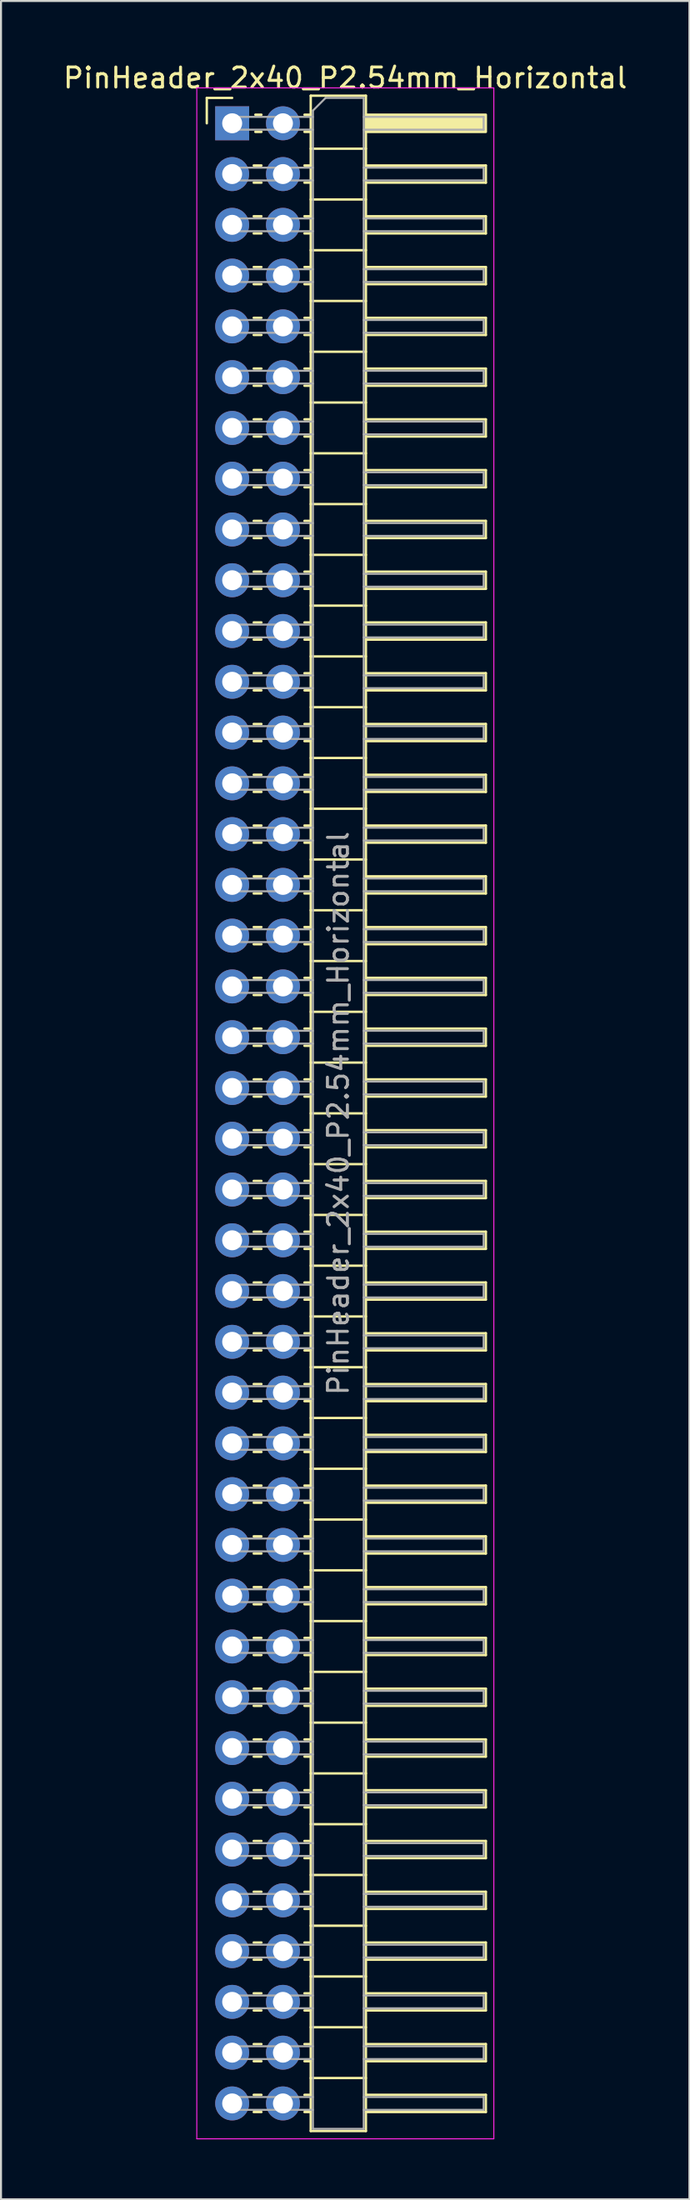
<source format=kicad_pcb>
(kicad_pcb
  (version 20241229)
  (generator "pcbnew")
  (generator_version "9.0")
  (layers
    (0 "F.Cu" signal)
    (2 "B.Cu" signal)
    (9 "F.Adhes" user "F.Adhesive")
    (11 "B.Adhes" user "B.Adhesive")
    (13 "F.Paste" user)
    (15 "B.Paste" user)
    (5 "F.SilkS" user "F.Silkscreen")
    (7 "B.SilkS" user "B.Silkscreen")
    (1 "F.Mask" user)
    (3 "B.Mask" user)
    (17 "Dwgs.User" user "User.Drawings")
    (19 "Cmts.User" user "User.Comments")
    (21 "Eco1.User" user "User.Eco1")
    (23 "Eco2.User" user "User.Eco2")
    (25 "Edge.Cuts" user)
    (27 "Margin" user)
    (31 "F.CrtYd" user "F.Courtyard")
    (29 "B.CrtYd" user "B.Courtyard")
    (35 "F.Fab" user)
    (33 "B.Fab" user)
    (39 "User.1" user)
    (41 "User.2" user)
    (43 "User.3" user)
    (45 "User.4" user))
  (footprint "PinHeader_2x40_P2.54mm_Horizontal"
    (layer "F.Cu")
    (at 8.565 3.118)
    (property "Reference" "PinHeader_2x40_P2.54mm_Horizontal" (at 5.655 -2.27 0) (layer "F.SilkS") (effects (font (size 1 1) (thickness 0.15))))
    (attr through_hole)
    (fp_line (start -1.27 -1.27) (end 0 -1.27) (stroke (width 0.12) (type solid)) (layer "F.SilkS"))
    (fp_line (start -1.27 0) (end -1.27 -1.27) (stroke (width 0.12) (type solid)) (layer "F.SilkS"))
    (fp_line (start 1.077 2.11) (end 1.463 2.11) (stroke (width 0.12) (type solid)) (layer "F.SilkS"))
    (fp_line (start 1.077 2.97) (end 1.463 2.97) (stroke (width 0.12) (type solid)) (layer "F.SilkS"))
    (fp_line (start 1.077 4.65) (end 1.463 4.65) (stroke (width 0.12) (type solid)) (layer "F.SilkS"))
    (fp_line (start 1.077 5.51) (end 1.463 5.51) (stroke (width 0.12) (type solid)) (layer "F.SilkS"))
    (fp_line (start 1.077 7.19) (end 1.463 7.19) (stroke (width 0.12) (type solid)) (layer "F.SilkS"))
    (fp_line (start 1.077 8.05) (end 1.463 8.05) (stroke (width 0.12) (type solid)) (layer "F.SilkS"))
    (fp_line (start 1.077 9.73) (end 1.463 9.73) (stroke (width 0.12) (type solid)) (layer "F.SilkS"))
    (fp_line (start 1.077 10.59) (end 1.463 10.59) (stroke (width 0.12) (type solid)) (layer "F.SilkS"))
    (fp_line (start 1.077 12.27) (end 1.463 12.27) (stroke (width 0.12) (type solid)) (layer "F.SilkS"))
    (fp_line (start 1.077 13.13) (end 1.463 13.13) (stroke (width 0.12) (type solid)) (layer "F.SilkS"))
    (fp_line (start 1.077 14.81) (end 1.463 14.81) (stroke (width 0.12) (type solid)) (layer "F.SilkS"))
    (fp_line (start 1.077 15.67) (end 1.463 15.67) (stroke (width 0.12) (type solid)) (layer "F.SilkS"))
    (fp_line (start 1.077 17.35) (end 1.463 17.35) (stroke (width 0.12) (type solid)) (layer "F.SilkS"))
    (fp_line (start 1.077 18.21) (end 1.463 18.21) (stroke (width 0.12) (type solid)) (layer "F.SilkS"))
    (fp_line (start 1.077 19.89) (end 1.463 19.89) (stroke (width 0.12) (type solid)) (layer "F.SilkS"))
    (fp_line (start 1.077 20.75) (end 1.463 20.75) (stroke (width 0.12) (type solid)) (layer "F.SilkS"))
    (fp_line (start 1.077 22.43) (end 1.463 22.43) (stroke (width 0.12) (type solid)) (layer "F.SilkS"))
    (fp_line (start 1.077 23.29) (end 1.463 23.29) (stroke (width 0.12) (type solid)) (layer "F.SilkS"))
    (fp_line (start 1.077 24.97) (end 1.463 24.97) (stroke (width 0.12) (type solid)) (layer "F.SilkS"))
    (fp_line (start 1.077 25.83) (end 1.463 25.83) (stroke (width 0.12) (type solid)) (layer "F.SilkS"))
    (fp_line (start 1.077 27.51) (end 1.463 27.51) (stroke (width 0.12) (type solid)) (layer "F.SilkS"))
    (fp_line (start 1.077 28.37) (end 1.463 28.37) (stroke (width 0.12) (type solid)) (layer "F.SilkS"))
    (fp_line (start 1.077 30.05) (end 1.463 30.05) (stroke (width 0.12) (type solid)) (layer "F.SilkS"))
    (fp_line (start 1.077 30.91) (end 1.463 30.91) (stroke (width 0.12) (type solid)) (layer "F.SilkS"))
    (fp_line (start 1.077 32.59) (end 1.463 32.59) (stroke (width 0.12) (type solid)) (layer "F.SilkS"))
    (fp_line (start 1.077 33.45) (end 1.463 33.45) (stroke (width 0.12) (type solid)) (layer "F.SilkS"))
    (fp_line (start 1.077 35.13) (end 1.463 35.13) (stroke (width 0.12) (type solid)) (layer "F.SilkS"))
    (fp_line (start 1.077 35.99) (end 1.463 35.99) (stroke (width 0.12) (type solid)) (layer "F.SilkS"))
    (fp_line (start 1.077 37.67) (end 1.463 37.67) (stroke (width 0.12) (type solid)) (layer "F.SilkS"))
    (fp_line (start 1.077 38.53) (end 1.463 38.53) (stroke (width 0.12) (type solid)) (layer "F.SilkS"))
    (fp_line (start 1.077 40.21) (end 1.463 40.21) (stroke (width 0.12) (type solid)) (layer "F.SilkS"))
    (fp_line (start 1.077 41.07) (end 1.463 41.07) (stroke (width 0.12) (type solid)) (layer "F.SilkS"))
    (fp_line (start 1.077 42.75) (end 1.463 42.75) (stroke (width 0.12) (type solid)) (layer "F.SilkS"))
    (fp_line (start 1.077 43.61) (end 1.463 43.61) (stroke (width 0.12) (type solid)) (layer "F.SilkS"))
    (fp_line (start 1.077 45.29) (end 1.463 45.29) (stroke (width 0.12) (type solid)) (layer "F.SilkS"))
    (fp_line (start 1.077 46.15) (end 1.463 46.15) (stroke (width 0.12) (type solid)) (layer "F.SilkS"))
    (fp_line (start 1.077 47.83) (end 1.463 47.83) (stroke (width 0.12) (type solid)) (layer "F.SilkS"))
    (fp_line (start 1.077 48.69) (end 1.463 48.69) (stroke (width 0.12) (type solid)) (layer "F.SilkS"))
    (fp_line (start 1.077 50.37) (end 1.463 50.37) (stroke (width 0.12) (type solid)) (layer "F.SilkS"))
    (fp_line (start 1.077 51.23) (end 1.463 51.23) (stroke (width 0.12) (type solid)) (layer "F.SilkS"))
    (fp_line (start 1.077 52.91) (end 1.463 52.91) (stroke (width 0.12) (type solid)) (layer "F.SilkS"))
    (fp_line (start 1.077 53.77) (end 1.463 53.77) (stroke (width 0.12) (type solid)) (layer "F.SilkS"))
    (fp_line (start 1.077 55.45) (end 1.463 55.45) (stroke (width 0.12) (type solid)) (layer "F.SilkS"))
    (fp_line (start 1.077 56.31) (end 1.463 56.31) (stroke (width 0.12) (type solid)) (layer "F.SilkS"))
    (fp_line (start 1.077 57.99) (end 1.463 57.99) (stroke (width 0.12) (type solid)) (layer "F.SilkS"))
    (fp_line (start 1.077 58.85) (end 1.463 58.85) (stroke (width 0.12) (type solid)) (layer "F.SilkS"))
    (fp_line (start 1.077 60.53) (end 1.463 60.53) (stroke (width 0.12) (type solid)) (layer "F.SilkS"))
    (fp_line (start 1.077 61.39) (end 1.463 61.39) (stroke (width 0.12) (type solid)) (layer "F.SilkS"))
    (fp_line (start 1.077 63.07) (end 1.463 63.07) (stroke (width 0.12) (type solid)) (layer "F.SilkS"))
    (fp_line (start 1.077 63.93) (end 1.463 63.93) (stroke (width 0.12) (type solid)) (layer "F.SilkS"))
    (fp_line (start 1.077 65.61) (end 1.463 65.61) (stroke (width 0.12) (type solid)) (layer "F.SilkS"))
    (fp_line (start 1.077 66.47) (end 1.463 66.47) (stroke (width 0.12) (type solid)) (layer "F.SilkS"))
    (fp_line (start 1.077 68.15) (end 1.463 68.15) (stroke (width 0.12) (type solid)) (layer "F.SilkS"))
    (fp_line (start 1.077 69.01) (end 1.463 69.01) (stroke (width 0.12) (type solid)) (layer "F.SilkS"))
    (fp_line (start 1.077 70.69) (end 1.463 70.69) (stroke (width 0.12) (type solid)) (layer "F.SilkS"))
    (fp_line (start 1.077 71.55) (end 1.463 71.55) (stroke (width 0.12) (type solid)) (layer "F.SilkS"))
    (fp_line (start 1.077 73.23) (end 1.463 73.23) (stroke (width 0.12) (type solid)) (layer "F.SilkS"))
    (fp_line (start 1.077 74.09) (end 1.463 74.09) (stroke (width 0.12) (type solid)) (layer "F.SilkS"))
    (fp_line (start 1.077 75.77) (end 1.463 75.77) (stroke (width 0.12) (type solid)) (layer "F.SilkS"))
    (fp_line (start 1.077 76.63) (end 1.463 76.63) (stroke (width 0.12) (type solid)) (layer "F.SilkS"))
    (fp_line (start 1.077 78.31) (end 1.463 78.31) (stroke (width 0.12) (type solid)) (layer "F.SilkS"))
    (fp_line (start 1.077 79.17) (end 1.463 79.17) (stroke (width 0.12) (type solid)) (layer "F.SilkS"))
    (fp_line (start 1.077 80.85) (end 1.463 80.85) (stroke (width 0.12) (type solid)) (layer "F.SilkS"))
    (fp_line (start 1.077 81.71) (end 1.463 81.71) (stroke (width 0.12) (type solid)) (layer "F.SilkS"))
    (fp_line (start 1.077 83.39) (end 1.463 83.39) (stroke (width 0.12) (type solid)) (layer "F.SilkS"))
    (fp_line (start 1.077 84.25) (end 1.463 84.25) (stroke (width 0.12) (type solid)) (layer "F.SilkS"))
    (fp_line (start 1.077 85.93) (end 1.463 85.93) (stroke (width 0.12) (type solid)) (layer "F.SilkS"))
    (fp_line (start 1.077 86.79) (end 1.463 86.79) (stroke (width 0.12) (type solid)) (layer "F.SilkS"))
    (fp_line (start 1.077 88.47) (end 1.463 88.47) (stroke (width 0.12) (type solid)) (layer "F.SilkS"))
    (fp_line (start 1.077 89.33) (end 1.463 89.33) (stroke (width 0.12) (type solid)) (layer "F.SilkS"))
    (fp_line (start 1.077 91.01) (end 1.463 91.01) (stroke (width 0.12) (type solid)) (layer "F.SilkS"))
    (fp_line (start 1.077 91.87) (end 1.463 91.87) (stroke (width 0.12) (type solid)) (layer "F.SilkS"))
    (fp_line (start 1.077 93.55) (end 1.463 93.55) (stroke (width 0.12) (type solid)) (layer "F.SilkS"))
    (fp_line (start 1.077 94.41) (end 1.463 94.41) (stroke (width 0.12) (type solid)) (layer "F.SilkS"))
    (fp_line (start 1.077 96.09) (end 1.463 96.09) (stroke (width 0.12) (type solid)) (layer "F.SilkS"))
    (fp_line (start 1.077 96.95) (end 1.463 96.95) (stroke (width 0.12) (type solid)) (layer "F.SilkS"))
    (fp_line (start 1.077 98.63) (end 1.463 98.63) (stroke (width 0.12) (type solid)) (layer "F.SilkS"))
    (fp_line (start 1.077 99.49) (end 1.463 99.49) (stroke (width 0.12) (type solid)) (layer "F.SilkS"))
    (fp_line (start 1.16 -0.43) (end 1.463 -0.43) (stroke (width 0.12) (type solid)) (layer "F.SilkS"))
    (fp_line (start 1.16 0.43) (end 1.463 0.43) (stroke (width 0.12) (type solid)) (layer "F.SilkS"))
    (fp_line (start 3.617 -0.43) (end 3.93 -0.43) (stroke (width 0.12) (type solid)) (layer "F.SilkS"))
    (fp_line (start 3.617 0.43) (end 3.93 0.43) (stroke (width 0.12) (type solid)) (layer "F.SilkS"))
    (fp_line (start 3.617 2.11) (end 3.93 2.11) (stroke (width 0.12) (type solid)) (layer "F.SilkS"))
    (fp_line (start 3.617 2.97) (end 3.93 2.97) (stroke (width 0.12) (type solid)) (layer "F.SilkS"))
    (fp_line (start 3.617 4.65) (end 3.93 4.65) (stroke (width 0.12) (type solid)) (layer "F.SilkS"))
    (fp_line (start 3.617 5.51) (end 3.93 5.51) (stroke (width 0.12) (type solid)) (layer "F.SilkS"))
    (fp_line (start 3.617 7.19) (end 3.93 7.19) (stroke (width 0.12) (type solid)) (layer "F.SilkS"))
    (fp_line (start 3.617 8.05) (end 3.93 8.05) (stroke (width 0.12) (type solid)) (layer "F.SilkS"))
    (fp_line (start 3.617 9.73) (end 3.93 9.73) (stroke (width 0.12) (type solid)) (layer "F.SilkS"))
    (fp_line (start 3.617 10.59) (end 3.93 10.59) (stroke (width 0.12) (type solid)) (layer "F.SilkS"))
    (fp_line (start 3.617 12.27) (end 3.93 12.27) (stroke (width 0.12) (type solid)) (layer "F.SilkS"))
    (fp_line (start 3.617 13.13) (end 3.93 13.13) (stroke (width 0.12) (type solid)) (layer "F.SilkS"))
    (fp_line (start 3.617 14.81) (end 3.93 14.81) (stroke (width 0.12) (type solid)) (layer "F.SilkS"))
    (fp_line (start 3.617 15.67) (end 3.93 15.67) (stroke (width 0.12) (type solid)) (layer "F.SilkS"))
    (fp_line (start 3.617 17.35) (end 3.93 17.35) (stroke (width 0.12) (type solid)) (layer "F.SilkS"))
    (fp_line (start 3.617 18.21) (end 3.93 18.21) (stroke (width 0.12) (type solid)) (layer "F.SilkS"))
    (fp_line (start 3.617 19.89) (end 3.93 19.89) (stroke (width 0.12) (type solid)) (layer "F.SilkS"))
    (fp_line (start 3.617 20.75) (end 3.93 20.75) (stroke (width 0.12) (type solid)) (layer "F.SilkS"))
    (fp_line (start 3.617 22.43) (end 3.93 22.43) (stroke (width 0.12) (type solid)) (layer "F.SilkS"))
    (fp_line (start 3.617 23.29) (end 3.93 23.29) (stroke (width 0.12) (type solid)) (layer "F.SilkS"))
    (fp_line (start 3.617 24.97) (end 3.93 24.97) (stroke (width 0.12) (type solid)) (layer "F.SilkS"))
    (fp_line (start 3.617 25.83) (end 3.93 25.83) (stroke (width 0.12) (type solid)) (layer "F.SilkS"))
    (fp_line (start 3.617 27.51) (end 3.93 27.51) (stroke (width 0.12) (type solid)) (layer "F.SilkS"))
    (fp_line (start 3.617 28.37) (end 3.93 28.37) (stroke (width 0.12) (type solid)) (layer "F.SilkS"))
    (fp_line (start 3.617 30.05) (end 3.93 30.05) (stroke (width 0.12) (type solid)) (layer "F.SilkS"))
    (fp_line (start 3.617 30.91) (end 3.93 30.91) (stroke (width 0.12) (type solid)) (layer "F.SilkS"))
    (fp_line (start 3.617 32.59) (end 3.93 32.59) (stroke (width 0.12) (type solid)) (layer "F.SilkS"))
    (fp_line (start 3.617 33.45) (end 3.93 33.45) (stroke (width 0.12) (type solid)) (layer "F.SilkS"))
    (fp_line (start 3.617 35.13) (end 3.93 35.13) (stroke (width 0.12) (type solid)) (layer "F.SilkS"))
    (fp_line (start 3.617 35.99) (end 3.93 35.99) (stroke (width 0.12) (type solid)) (layer "F.SilkS"))
    (fp_line (start 3.617 37.67) (end 3.93 37.67) (stroke (width 0.12) (type solid)) (layer "F.SilkS"))
    (fp_line (start 3.617 38.53) (end 3.93 38.53) (stroke (width 0.12) (type solid)) (layer "F.SilkS"))
    (fp_line (start 3.617 40.21) (end 3.93 40.21) (stroke (width 0.12) (type solid)) (layer "F.SilkS"))
    (fp_line (start 3.617 41.07) (end 3.93 41.07) (stroke (width 0.12) (type solid)) (layer "F.SilkS"))
    (fp_line (start 3.617 42.75) (end 3.93 42.75) (stroke (width 0.12) (type solid)) (layer "F.SilkS"))
    (fp_line (start 3.617 43.61) (end 3.93 43.61) (stroke (width 0.12) (type solid)) (layer "F.SilkS"))
    (fp_line (start 3.617 45.29) (end 3.93 45.29) (stroke (width 0.12) (type solid)) (layer "F.SilkS"))
    (fp_line (start 3.617 46.15) (end 3.93 46.15) (stroke (width 0.12) (type solid)) (layer "F.SilkS"))
    (fp_line (start 3.617 47.83) (end 3.93 47.83) (stroke (width 0.12) (type solid)) (layer "F.SilkS"))
    (fp_line (start 3.617 48.69) (end 3.93 48.69) (stroke (width 0.12) (type solid)) (layer "F.SilkS"))
    (fp_line (start 3.617 50.37) (end 3.93 50.37) (stroke (width 0.12) (type solid)) (layer "F.SilkS"))
    (fp_line (start 3.617 51.23) (end 3.93 51.23) (stroke (width 0.12) (type solid)) (layer "F.SilkS"))
    (fp_line (start 3.617 52.91) (end 3.93 52.91) (stroke (width 0.12) (type solid)) (layer "F.SilkS"))
    (fp_line (start 3.617 53.77) (end 3.93 53.77) (stroke (width 0.12) (type solid)) (layer "F.SilkS"))
    (fp_line (start 3.617 55.45) (end 3.93 55.45) (stroke (width 0.12) (type solid)) (layer "F.SilkS"))
    (fp_line (start 3.617 56.31) (end 3.93 56.31) (stroke (width 0.12) (type solid)) (layer "F.SilkS"))
    (fp_line (start 3.617 57.99) (end 3.93 57.99) (stroke (width 0.12) (type solid)) (layer "F.SilkS"))
    (fp_line (start 3.617 58.85) (end 3.93 58.85) (stroke (width 0.12) (type solid)) (layer "F.SilkS"))
    (fp_line (start 3.617 60.53) (end 3.93 60.53) (stroke (width 0.12) (type solid)) (layer "F.SilkS"))
    (fp_line (start 3.617 61.39) (end 3.93 61.39) (stroke (width 0.12) (type solid)) (layer "F.SilkS"))
    (fp_line (start 3.617 63.07) (end 3.93 63.07) (stroke (width 0.12) (type solid)) (layer "F.SilkS"))
    (fp_line (start 3.617 63.93) (end 3.93 63.93) (stroke (width 0.12) (type solid)) (layer "F.SilkS"))
    (fp_line (start 3.617 65.61) (end 3.93 65.61) (stroke (width 0.12) (type solid)) (layer "F.SilkS"))
    (fp_line (start 3.617 66.47) (end 3.93 66.47) (stroke (width 0.12) (type solid)) (layer "F.SilkS"))
    (fp_line (start 3.617 68.15) (end 3.93 68.15) (stroke (width 0.12) (type solid)) (layer "F.SilkS"))
    (fp_line (start 3.617 69.01) (end 3.93 69.01) (stroke (width 0.12) (type solid)) (layer "F.SilkS"))
    (fp_line (start 3.617 70.69) (end 3.93 70.69) (stroke (width 0.12) (type solid)) (layer "F.SilkS"))
    (fp_line (start 3.617 71.55) (end 3.93 71.55) (stroke (width 0.12) (type solid)) (layer "F.SilkS"))
    (fp_line (start 3.617 73.23) (end 3.93 73.23) (stroke (width 0.12) (type solid)) (layer "F.SilkS"))
    (fp_line (start 3.617 74.09) (end 3.93 74.09) (stroke (width 0.12) (type solid)) (layer "F.SilkS"))
    (fp_line (start 3.617 75.77) (end 3.93 75.77) (stroke (width 0.12) (type solid)) (layer "F.SilkS"))
    (fp_line (start 3.617 76.63) (end 3.93 76.63) (stroke (width 0.12) (type solid)) (layer "F.SilkS"))
    (fp_line (start 3.617 78.31) (end 3.93 78.31) (stroke (width 0.12) (type solid)) (layer "F.SilkS"))
    (fp_line (start 3.617 79.17) (end 3.93 79.17) (stroke (width 0.12) (type solid)) (layer "F.SilkS"))
    (fp_line (start 3.617 80.85) (end 3.93 80.85) (stroke (width 0.12) (type solid)) (layer "F.SilkS"))
    (fp_line (start 3.617 81.71) (end 3.93 81.71) (stroke (width 0.12) (type solid)) (layer "F.SilkS"))
    (fp_line (start 3.617 83.39) (end 3.93 83.39) (stroke (width 0.12) (type solid)) (layer "F.SilkS"))
    (fp_line (start 3.617 84.25) (end 3.93 84.25) (stroke (width 0.12) (type solid)) (layer "F.SilkS"))
    (fp_line (start 3.617 85.93) (end 3.93 85.93) (stroke (width 0.12) (type solid)) (layer "F.SilkS"))
    (fp_line (start 3.617 86.79) (end 3.93 86.79) (stroke (width 0.12) (type solid)) (layer "F.SilkS"))
    (fp_line (start 3.617 88.47) (end 3.93 88.47) (stroke (width 0.12) (type solid)) (layer "F.SilkS"))
    (fp_line (start 3.617 89.33) (end 3.93 89.33) (stroke (width 0.12) (type solid)) (layer "F.SilkS"))
    (fp_line (start 3.617 91.01) (end 3.93 91.01) (stroke (width 0.12) (type solid)) (layer "F.SilkS"))
    (fp_line (start 3.617 91.87) (end 3.93 91.87) (stroke (width 0.12) (type solid)) (layer "F.SilkS"))
    (fp_line (start 3.617 93.55) (end 3.93 93.55) (stroke (width 0.12) (type solid)) (layer "F.SilkS"))
    (fp_line (start 3.617 94.41) (end 3.93 94.41) (stroke (width 0.12) (type solid)) (layer "F.SilkS"))
    (fp_line (start 3.617 96.09) (end 3.93 96.09) (stroke (width 0.12) (type solid)) (layer "F.SilkS"))
    (fp_line (start 3.617 96.95) (end 3.93 96.95) (stroke (width 0.12) (type solid)) (layer "F.SilkS"))
    (fp_line (start 3.617 98.63) (end 3.93 98.63) (stroke (width 0.12) (type solid)) (layer "F.SilkS"))
    (fp_line (start 3.617 99.49) (end 3.93 99.49) (stroke (width 0.12) (type solid)) (layer "F.SilkS"))
    (fp_line (start 3.93 -1.38) (end 3.93 100.44) (stroke (width 0.12) (type solid)) (layer "F.SilkS"))
    (fp_line (start 3.93 1.27) (end 6.69 1.27) (stroke (width 0.12) (type solid)) (layer "F.SilkS"))
    (fp_line (start 3.93 3.81) (end 6.69 3.81) (stroke (width 0.12) (type solid)) (layer "F.SilkS"))
    (fp_line (start 3.93 6.35) (end 6.69 6.35) (stroke (width 0.12) (type solid)) (layer "F.SilkS"))
    (fp_line (start 3.93 8.89) (end 6.69 8.89) (stroke (width 0.12) (type solid)) (layer "F.SilkS"))
    (fp_line (start 3.93 11.43) (end 6.69 11.43) (stroke (width 0.12) (type solid)) (layer "F.SilkS"))
    (fp_line (start 3.93 13.97) (end 6.69 13.97) (stroke (width 0.12) (type solid)) (layer "F.SilkS"))
    (fp_line (start 3.93 16.51) (end 6.69 16.51) (stroke (width 0.12) (type solid)) (layer "F.SilkS"))
    (fp_line (start 3.93 19.05) (end 6.69 19.05) (stroke (width 0.12) (type solid)) (layer "F.SilkS"))
    (fp_line (start 3.93 21.59) (end 6.69 21.59) (stroke (width 0.12) (type solid)) (layer "F.SilkS"))
    (fp_line (start 3.93 24.13) (end 6.69 24.13) (stroke (width 0.12) (type solid)) (layer "F.SilkS"))
    (fp_line (start 3.93 26.67) (end 6.69 26.67) (stroke (width 0.12) (type solid)) (layer "F.SilkS"))
    (fp_line (start 3.93 29.21) (end 6.69 29.21) (stroke (width 0.12) (type solid)) (layer "F.SilkS"))
    (fp_line (start 3.93 31.75) (end 6.69 31.75) (stroke (width 0.12) (type solid)) (layer "F.SilkS"))
    (fp_line (start 3.93 34.29) (end 6.69 34.29) (stroke (width 0.12) (type solid)) (layer "F.SilkS"))
    (fp_line (start 3.93 36.83) (end 6.69 36.83) (stroke (width 0.12) (type solid)) (layer "F.SilkS"))
    (fp_line (start 3.93 39.37) (end 6.69 39.37) (stroke (width 0.12) (type solid)) (layer "F.SilkS"))
    (fp_line (start 3.93 41.91) (end 6.69 41.91) (stroke (width 0.12) (type solid)) (layer "F.SilkS"))
    (fp_line (start 3.93 44.45) (end 6.69 44.45) (stroke (width 0.12) (type solid)) (layer "F.SilkS"))
    (fp_line (start 3.93 46.99) (end 6.69 46.99) (stroke (width 0.12) (type solid)) (layer "F.SilkS"))
    (fp_line (start 3.93 49.53) (end 6.69 49.53) (stroke (width 0.12) (type solid)) (layer "F.SilkS"))
    (fp_line (start 3.93 52.07) (end 6.69 52.07) (stroke (width 0.12) (type solid)) (layer "F.SilkS"))
    (fp_line (start 3.93 54.61) (end 6.69 54.61) (stroke (width 0.12) (type solid)) (layer "F.SilkS"))
    (fp_line (start 3.93 57.15) (end 6.69 57.15) (stroke (width 0.12) (type solid)) (layer "F.SilkS"))
    (fp_line (start 3.93 59.69) (end 6.69 59.69) (stroke (width 0.12) (type solid)) (layer "F.SilkS"))
    (fp_line (start 3.93 62.23) (end 6.69 62.23) (stroke (width 0.12) (type solid)) (layer "F.SilkS"))
    (fp_line (start 3.93 64.77) (end 6.69 64.77) (stroke (width 0.12) (type solid)) (layer "F.SilkS"))
    (fp_line (start 3.93 67.31) (end 6.69 67.31) (stroke (width 0.12) (type solid)) (layer "F.SilkS"))
    (fp_line (start 3.93 69.85) (end 6.69 69.85) (stroke (width 0.12) (type solid)) (layer "F.SilkS"))
    (fp_line (start 3.93 72.39) (end 6.69 72.39) (stroke (width 0.12) (type solid)) (layer "F.SilkS"))
    (fp_line (start 3.93 74.93) (end 6.69 74.93) (stroke (width 0.12) (type solid)) (layer "F.SilkS"))
    (fp_line (start 3.93 77.47) (end 6.69 77.47) (stroke (width 0.12) (type solid)) (layer "F.SilkS"))
    (fp_line (start 3.93 80.01) (end 6.69 80.01) (stroke (width 0.12) (type solid)) (layer "F.SilkS"))
    (fp_line (start 3.93 82.55) (end 6.69 82.55) (stroke (width 0.12) (type solid)) (layer "F.SilkS"))
    (fp_line (start 3.93 85.09) (end 6.69 85.09) (stroke (width 0.12) (type solid)) (layer "F.SilkS"))
    (fp_line (start 3.93 87.63) (end 6.69 87.63) (stroke (width 0.12) (type solid)) (layer "F.SilkS"))
    (fp_line (start 3.93 90.17) (end 6.69 90.17) (stroke (width 0.12) (type solid)) (layer "F.SilkS"))
    (fp_line (start 3.93 92.71) (end 6.69 92.71) (stroke (width 0.12) (type solid)) (layer "F.SilkS"))
    (fp_line (start 3.93 95.25) (end 6.69 95.25) (stroke (width 0.12) (type solid)) (layer "F.SilkS"))
    (fp_line (start 3.93 97.79) (end 6.69 97.79) (stroke (width 0.12) (type solid)) (layer "F.SilkS"))
    (fp_line (start 3.93 100.44) (end 6.69 100.44) (stroke (width 0.12) (type solid)) (layer "F.SilkS"))
    (fp_line (start 6.69 -1.38) (end 3.93 -1.38) (stroke (width 0.12) (type solid)) (layer "F.SilkS"))
    (fp_line (start 6.69 2.11) (end 12.69 2.11) (stroke (width 0.12) (type solid)) (layer "F.SilkS"))
    (fp_line (start 6.69 4.65) (end 12.69 4.65) (stroke (width 0.12) (type solid)) (layer "F.SilkS"))
    (fp_line (start 6.69 7.19) (end 12.69 7.19) (stroke (width 0.12) (type solid)) (layer "F.SilkS"))
    (fp_line (start 6.69 9.73) (end 12.69 9.73) (stroke (width 0.12) (type solid)) (layer "F.SilkS"))
    (fp_line (start 6.69 12.27) (end 12.69 12.27) (stroke (width 0.12) (type solid)) (layer "F.SilkS"))
    (fp_line (start 6.69 14.81) (end 12.69 14.81) (stroke (width 0.12) (type solid)) (layer "F.SilkS"))
    (fp_line (start 6.69 17.35) (end 12.69 17.35) (stroke (width 0.12) (type solid)) (layer "F.SilkS"))
    (fp_line (start 6.69 19.89) (end 12.69 19.89) (stroke (width 0.12) (type solid)) (layer "F.SilkS"))
    (fp_line (start 6.69 22.43) (end 12.69 22.43) (stroke (width 0.12) (type solid)) (layer "F.SilkS"))
    (fp_line (start 6.69 24.97) (end 12.69 24.97) (stroke (width 0.12) (type solid)) (layer "F.SilkS"))
    (fp_line (start 6.69 27.51) (end 12.69 27.51) (stroke (width 0.12) (type solid)) (layer "F.SilkS"))
    (fp_line (start 6.69 30.05) (end 12.69 30.05) (stroke (width 0.12) (type solid)) (layer "F.SilkS"))
    (fp_line (start 6.69 32.59) (end 12.69 32.59) (stroke (width 0.12) (type solid)) (layer "F.SilkS"))
    (fp_line (start 6.69 35.13) (end 12.69 35.13) (stroke (width 0.12) (type solid)) (layer "F.SilkS"))
    (fp_line (start 6.69 37.67) (end 12.69 37.67) (stroke (width 0.12) (type solid)) (layer "F.SilkS"))
    (fp_line (start 6.69 40.21) (end 12.69 40.21) (stroke (width 0.12) (type solid)) (layer "F.SilkS"))
    (fp_line (start 6.69 42.75) (end 12.69 42.75) (stroke (width 0.12) (type solid)) (layer "F.SilkS"))
    (fp_line (start 6.69 45.29) (end 12.69 45.29) (stroke (width 0.12) (type solid)) (layer "F.SilkS"))
    (fp_line (start 6.69 47.83) (end 12.69 47.83) (stroke (width 0.12) (type solid)) (layer "F.SilkS"))
    (fp_line (start 6.69 50.37) (end 12.69 50.37) (stroke (width 0.12) (type solid)) (layer "F.SilkS"))
    (fp_line (start 6.69 52.91) (end 12.69 52.91) (stroke (width 0.12) (type solid)) (layer "F.SilkS"))
    (fp_line (start 6.69 55.45) (end 12.69 55.45) (stroke (width 0.12) (type solid)) (layer "F.SilkS"))
    (fp_line (start 6.69 57.99) (end 12.69 57.99) (stroke (width 0.12) (type solid)) (layer "F.SilkS"))
    (fp_line (start 6.69 60.53) (end 12.69 60.53) (stroke (width 0.12) (type solid)) (layer "F.SilkS"))
    (fp_line (start 6.69 63.07) (end 12.69 63.07) (stroke (width 0.12) (type solid)) (layer "F.SilkS"))
    (fp_line (start 6.69 65.61) (end 12.69 65.61) (stroke (width 0.12) (type solid)) (layer "F.SilkS"))
    (fp_line (start 6.69 68.15) (end 12.69 68.15) (stroke (width 0.12) (type solid)) (layer "F.SilkS"))
    (fp_line (start 6.69 70.69) (end 12.69 70.69) (stroke (width 0.12) (type solid)) (layer "F.SilkS"))
    (fp_line (start 6.69 73.23) (end 12.69 73.23) (stroke (width 0.12) (type solid)) (layer "F.SilkS"))
    (fp_line (start 6.69 75.77) (end 12.69 75.77) (stroke (width 0.12) (type solid)) (layer "F.SilkS"))
    (fp_line (start 6.69 78.31) (end 12.69 78.31) (stroke (width 0.12) (type solid)) (layer "F.SilkS"))
    (fp_line (start 6.69 80.85) (end 12.69 80.85) (stroke (width 0.12) (type solid)) (layer "F.SilkS"))
    (fp_line (start 6.69 83.39) (end 12.69 83.39) (stroke (width 0.12) (type solid)) (layer "F.SilkS"))
    (fp_line (start 6.69 85.93) (end 12.69 85.93) (stroke (width 0.12) (type solid)) (layer "F.SilkS"))
    (fp_line (start 6.69 88.47) (end 12.69 88.47) (stroke (width 0.12) (type solid)) (layer "F.SilkS"))
    (fp_line (start 6.69 91.01) (end 12.69 91.01) (stroke (width 0.12) (type solid)) (layer "F.SilkS"))
    (fp_line (start 6.69 93.55) (end 12.69 93.55) (stroke (width 0.12) (type solid)) (layer "F.SilkS"))
    (fp_line (start 6.69 96.09) (end 12.69 96.09) (stroke (width 0.12) (type solid)) (layer "F.SilkS"))
    (fp_line (start 6.69 98.63) (end 12.69 98.63) (stroke (width 0.12) (type solid)) (layer "F.SilkS"))
    (fp_line (start 6.69 100.44) (end 6.69 -1.38) (stroke (width 0.12) (type solid)) (layer "F.SilkS"))
    (fp_line (start 12.69 2.11) (end 12.69 2.97) (stroke (width 0.12) (type solid)) (layer "F.SilkS"))
    (fp_line (start 12.69 2.97) (end 6.69 2.97) (stroke (width 0.12) (type solid)) (layer "F.SilkS"))
    (fp_line (start 12.69 4.65) (end 12.69 5.51) (stroke (width 0.12) (type solid)) (layer "F.SilkS"))
    (fp_line (start 12.69 5.51) (end 6.69 5.51) (stroke (width 0.12) (type solid)) (layer "F.SilkS"))
    (fp_line (start 12.69 7.19) (end 12.69 8.05) (stroke (width 0.12) (type solid)) (layer "F.SilkS"))
    (fp_line (start 12.69 8.05) (end 6.69 8.05) (stroke (width 0.12) (type solid)) (layer "F.SilkS"))
    (fp_line (start 12.69 9.73) (end 12.69 10.59) (stroke (width 0.12) (type solid)) (layer "F.SilkS"))
    (fp_line (start 12.69 10.59) (end 6.69 10.59) (stroke (width 0.12) (type solid)) (layer "F.SilkS"))
    (fp_line (start 12.69 12.27) (end 12.69 13.13) (stroke (width 0.12) (type solid)) (layer "F.SilkS"))
    (fp_line (start 12.69 13.13) (end 6.69 13.13) (stroke (width 0.12) (type solid)) (layer "F.SilkS"))
    (fp_line (start 12.69 14.81) (end 12.69 15.67) (stroke (width 0.12) (type solid)) (layer "F.SilkS"))
    (fp_line (start 12.69 15.67) (end 6.69 15.67) (stroke (width 0.12) (type solid)) (layer "F.SilkS"))
    (fp_line (start 12.69 17.35) (end 12.69 18.21) (stroke (width 0.12) (type solid)) (layer "F.SilkS"))
    (fp_line (start 12.69 18.21) (end 6.69 18.21) (stroke (width 0.12) (type solid)) (layer "F.SilkS"))
    (fp_line (start 12.69 19.89) (end 12.69 20.75) (stroke (width 0.12) (type solid)) (layer "F.SilkS"))
    (fp_line (start 12.69 20.75) (end 6.69 20.75) (stroke (width 0.12) (type solid)) (layer "F.SilkS"))
    (fp_line (start 12.69 22.43) (end 12.69 23.29) (stroke (width 0.12) (type solid)) (layer "F.SilkS"))
    (fp_line (start 12.69 23.29) (end 6.69 23.29) (stroke (width 0.12) (type solid)) (layer "F.SilkS"))
    (fp_line (start 12.69 24.97) (end 12.69 25.83) (stroke (width 0.12) (type solid)) (layer "F.SilkS"))
    (fp_line (start 12.69 25.83) (end 6.69 25.83) (stroke (width 0.12) (type solid)) (layer "F.SilkS"))
    (fp_line (start 12.69 27.51) (end 12.69 28.37) (stroke (width 0.12) (type solid)) (layer "F.SilkS"))
    (fp_line (start 12.69 28.37) (end 6.69 28.37) (stroke (width 0.12) (type solid)) (layer "F.SilkS"))
    (fp_line (start 12.69 30.05) (end 12.69 30.91) (stroke (width 0.12) (type solid)) (layer "F.SilkS"))
    (fp_line (start 12.69 30.91) (end 6.69 30.91) (stroke (width 0.12) (type solid)) (layer "F.SilkS"))
    (fp_line (start 12.69 32.59) (end 12.69 33.45) (stroke (width 0.12) (type solid)) (layer "F.SilkS"))
    (fp_line (start 12.69 33.45) (end 6.69 33.45) (stroke (width 0.12) (type solid)) (layer "F.SilkS"))
    (fp_line (start 12.69 35.13) (end 12.69 35.99) (stroke (width 0.12) (type solid)) (layer "F.SilkS"))
    (fp_line (start 12.69 35.99) (end 6.69 35.99) (stroke (width 0.12) (type solid)) (layer "F.SilkS"))
    (fp_line (start 12.69 37.67) (end 12.69 38.53) (stroke (width 0.12) (type solid)) (layer "F.SilkS"))
    (fp_line (start 12.69 38.53) (end 6.69 38.53) (stroke (width 0.12) (type solid)) (layer "F.SilkS"))
    (fp_line (start 12.69 40.21) (end 12.69 41.07) (stroke (width 0.12) (type solid)) (layer "F.SilkS"))
    (fp_line (start 12.69 41.07) (end 6.69 41.07) (stroke (width 0.12) (type solid)) (layer "F.SilkS"))
    (fp_line (start 12.69 42.75) (end 12.69 43.61) (stroke (width 0.12) (type solid)) (layer "F.SilkS"))
    (fp_line (start 12.69 43.61) (end 6.69 43.61) (stroke (width 0.12) (type solid)) (layer "F.SilkS"))
    (fp_line (start 12.69 45.29) (end 12.69 46.15) (stroke (width 0.12) (type solid)) (layer "F.SilkS"))
    (fp_line (start 12.69 46.15) (end 6.69 46.15) (stroke (width 0.12) (type solid)) (layer "F.SilkS"))
    (fp_line (start 12.69 47.83) (end 12.69 48.69) (stroke (width 0.12) (type solid)) (layer "F.SilkS"))
    (fp_line (start 12.69 48.69) (end 6.69 48.69) (stroke (width 0.12) (type solid)) (layer "F.SilkS"))
    (fp_line (start 12.69 50.37) (end 12.69 51.23) (stroke (width 0.12) (type solid)) (layer "F.SilkS"))
    (fp_line (start 12.69 51.23) (end 6.69 51.23) (stroke (width 0.12) (type solid)) (layer "F.SilkS"))
    (fp_line (start 12.69 52.91) (end 12.69 53.77) (stroke (width 0.12) (type solid)) (layer "F.SilkS"))
    (fp_line (start 12.69 53.77) (end 6.69 53.77) (stroke (width 0.12) (type solid)) (layer "F.SilkS"))
    (fp_line (start 12.69 55.45) (end 12.69 56.31) (stroke (width 0.12) (type solid)) (layer "F.SilkS"))
    (fp_line (start 12.69 56.31) (end 6.69 56.31) (stroke (width 0.12) (type solid)) (layer "F.SilkS"))
    (fp_line (start 12.69 57.99) (end 12.69 58.85) (stroke (width 0.12) (type solid)) (layer "F.SilkS"))
    (fp_line (start 12.69 58.85) (end 6.69 58.85) (stroke (width 0.12) (type solid)) (layer "F.SilkS"))
    (fp_line (start 12.69 60.53) (end 12.69 61.39) (stroke (width 0.12) (type solid)) (layer "F.SilkS"))
    (fp_line (start 12.69 61.39) (end 6.69 61.39) (stroke (width 0.12) (type solid)) (layer "F.SilkS"))
    (fp_line (start 12.69 63.07) (end 12.69 63.93) (stroke (width 0.12) (type solid)) (layer "F.SilkS"))
    (fp_line (start 12.69 63.93) (end 6.69 63.93) (stroke (width 0.12) (type solid)) (layer "F.SilkS"))
    (fp_line (start 12.69 65.61) (end 12.69 66.47) (stroke (width 0.12) (type solid)) (layer "F.SilkS"))
    (fp_line (start 12.69 66.47) (end 6.69 66.47) (stroke (width 0.12) (type solid)) (layer "F.SilkS"))
    (fp_line (start 12.69 68.15) (end 12.69 69.01) (stroke (width 0.12) (type solid)) (layer "F.SilkS"))
    (fp_line (start 12.69 69.01) (end 6.69 69.01) (stroke (width 0.12) (type solid)) (layer "F.SilkS"))
    (fp_line (start 12.69 70.69) (end 12.69 71.55) (stroke (width 0.12) (type solid)) (layer "F.SilkS"))
    (fp_line (start 12.69 71.55) (end 6.69 71.55) (stroke (width 0.12) (type solid)) (layer "F.SilkS"))
    (fp_line (start 12.69 73.23) (end 12.69 74.09) (stroke (width 0.12) (type solid)) (layer "F.SilkS"))
    (fp_line (start 12.69 74.09) (end 6.69 74.09) (stroke (width 0.12) (type solid)) (layer "F.SilkS"))
    (fp_line (start 12.69 75.77) (end 12.69 76.63) (stroke (width 0.12) (type solid)) (layer "F.SilkS"))
    (fp_line (start 12.69 76.63) (end 6.69 76.63) (stroke (width 0.12) (type solid)) (layer "F.SilkS"))
    (fp_line (start 12.69 78.31) (end 12.69 79.17) (stroke (width 0.12) (type solid)) (layer "F.SilkS"))
    (fp_line (start 12.69 79.17) (end 6.69 79.17) (stroke (width 0.12) (type solid)) (layer "F.SilkS"))
    (fp_line (start 12.69 80.85) (end 12.69 81.71) (stroke (width 0.12) (type solid)) (layer "F.SilkS"))
    (fp_line (start 12.69 81.71) (end 6.69 81.71) (stroke (width 0.12) (type solid)) (layer "F.SilkS"))
    (fp_line (start 12.69 83.39) (end 12.69 84.25) (stroke (width 0.12) (type solid)) (layer "F.SilkS"))
    (fp_line (start 12.69 84.25) (end 6.69 84.25) (stroke (width 0.12) (type solid)) (layer "F.SilkS"))
    (fp_line (start 12.69 85.93) (end 12.69 86.79) (stroke (width 0.12) (type solid)) (layer "F.SilkS"))
    (fp_line (start 12.69 86.79) (end 6.69 86.79) (stroke (width 0.12) (type solid)) (layer "F.SilkS"))
    (fp_line (start 12.69 88.47) (end 12.69 89.33) (stroke (width 0.12) (type solid)) (layer "F.SilkS"))
    (fp_line (start 12.69 89.33) (end 6.69 89.33) (stroke (width 0.12) (type solid)) (layer "F.SilkS"))
    (fp_line (start 12.69 91.01) (end 12.69 91.87) (stroke (width 0.12) (type solid)) (layer "F.SilkS"))
    (fp_line (start 12.69 91.87) (end 6.69 91.87) (stroke (width 0.12) (type solid)) (layer "F.SilkS"))
    (fp_line (start 12.69 93.55) (end 12.69 94.41) (stroke (width 0.12) (type solid)) (layer "F.SilkS"))
    (fp_line (start 12.69 94.41) (end 6.69 94.41) (stroke (width 0.12) (type solid)) (layer "F.SilkS"))
    (fp_line (start 12.69 96.09) (end 12.69 96.95) (stroke (width 0.12) (type solid)) (layer "F.SilkS"))
    (fp_line (start 12.69 96.95) (end 6.69 96.95) (stroke (width 0.12) (type solid)) (layer "F.SilkS"))
    (fp_line (start 12.69 98.63) (end 12.69 99.49) (stroke (width 0.12) (type solid)) (layer "F.SilkS"))
    (fp_line (start 12.69 99.49) (end 6.69 99.49) (stroke (width 0.12) (type solid)) (layer "F.SilkS"))
    (fp_rect (start 6.69 -0.43) (end 12.69 0.43) (stroke (width 0.12) (type solid)) (fill yes) (layer "F.SilkS"))
    (fp_line (start -1.77 -1.77) (end -1.77 100.83) (stroke (width 0.05) (type solid)) (layer "F.CrtYd"))
    (fp_line (start -1.77 100.83) (end 13.09 100.83) (stroke (width 0.05) (type solid)) (layer "F.CrtYd"))
    (fp_line (start 13.09 -1.77) (end -1.77 -1.77) (stroke (width 0.05) (type solid)) (layer "F.CrtYd"))
    (fp_line (start 13.09 100.83) (end 13.09 -1.77) (stroke (width 0.05) (type solid)) (layer "F.CrtYd"))
    (fp_line (start -0.32 -0.32) (end -0.32 0.32) (stroke (width 0.1) (type solid)) (layer "F.Fab"))
    (fp_line (start -0.32 -0.32) (end 4.04 -0.32) (stroke (width 0.1) (type solid)) (layer "F.Fab"))
    (fp_line (start -0.32 0.32) (end 4.04 0.32) (stroke (width 0.1) (type solid)) (layer "F.Fab"))
    (fp_line (start -0.32 2.22) (end -0.32 2.86) (stroke (width 0.1) (type solid)) (layer "F.Fab"))
    (fp_line (start -0.32 2.22) (end 4.04 2.22) (stroke (width 0.1) (type solid)) (layer "F.Fab"))
    (fp_line (start -0.32 2.86) (end 4.04 2.86) (stroke (width 0.1) (type solid)) (layer "F.Fab"))
    (fp_line (start -0.32 4.76) (end -0.32 5.4) (stroke (width 0.1) (type solid)) (layer "F.Fab"))
    (fp_line (start -0.32 4.76) (end 4.04 4.76) (stroke (width 0.1) (type solid)) (layer "F.Fab"))
    (fp_line (start -0.32 5.4) (end 4.04 5.4) (stroke (width 0.1) (type solid)) (layer "F.Fab"))
    (fp_line (start -0.32 7.3) (end -0.32 7.94) (stroke (width 0.1) (type solid)) (layer "F.Fab"))
    (fp_line (start -0.32 7.3) (end 4.04 7.3) (stroke (width 0.1) (type solid)) (layer "F.Fab"))
    (fp_line (start -0.32 7.94) (end 4.04 7.94) (stroke (width 0.1) (type solid)) (layer "F.Fab"))
    (fp_line (start -0.32 9.84) (end -0.32 10.48) (stroke (width 0.1) (type solid)) (layer "F.Fab"))
    (fp_line (start -0.32 9.84) (end 4.04 9.84) (stroke (width 0.1) (type solid)) (layer "F.Fab"))
    (fp_line (start -0.32 10.48) (end 4.04 10.48) (stroke (width 0.1) (type solid)) (layer "F.Fab"))
    (fp_line (start -0.32 12.38) (end -0.32 13.02) (stroke (width 0.1) (type solid)) (layer "F.Fab"))
    (fp_line (start -0.32 12.38) (end 4.04 12.38) (stroke (width 0.1) (type solid)) (layer "F.Fab"))
    (fp_line (start -0.32 13.02) (end 4.04 13.02) (stroke (width 0.1) (type solid)) (layer "F.Fab"))
    (fp_line (start -0.32 14.92) (end -0.32 15.56) (stroke (width 0.1) (type solid)) (layer "F.Fab"))
    (fp_line (start -0.32 14.92) (end 4.04 14.92) (stroke (width 0.1) (type solid)) (layer "F.Fab"))
    (fp_line (start -0.32 15.56) (end 4.04 15.56) (stroke (width 0.1) (type solid)) (layer "F.Fab"))
    (fp_line (start -0.32 17.46) (end -0.32 18.1) (stroke (width 0.1) (type solid)) (layer "F.Fab"))
    (fp_line (start -0.32 17.46) (end 4.04 17.46) (stroke (width 0.1) (type solid)) (layer "F.Fab"))
    (fp_line (start -0.32 18.1) (end 4.04 18.1) (stroke (width 0.1) (type solid)) (layer "F.Fab"))
    (fp_line (start -0.32 20) (end -0.32 20.64) (stroke (width 0.1) (type solid)) (layer "F.Fab"))
    (fp_line (start -0.32 20) (end 4.04 20) (stroke (width 0.1) (type solid)) (layer "F.Fab"))
    (fp_line (start -0.32 20.64) (end 4.04 20.64) (stroke (width 0.1) (type solid)) (layer "F.Fab"))
    (fp_line (start -0.32 22.54) (end -0.32 23.18) (stroke (width 0.1) (type solid)) (layer "F.Fab"))
    (fp_line (start -0.32 22.54) (end 4.04 22.54) (stroke (width 0.1) (type solid)) (layer "F.Fab"))
    (fp_line (start -0.32 23.18) (end 4.04 23.18) (stroke (width 0.1) (type solid)) (layer "F.Fab"))
    (fp_line (start -0.32 25.08) (end -0.32 25.72) (stroke (width 0.1) (type solid)) (layer "F.Fab"))
    (fp_line (start -0.32 25.08) (end 4.04 25.08) (stroke (width 0.1) (type solid)) (layer "F.Fab"))
    (fp_line (start -0.32 25.72) (end 4.04 25.72) (stroke (width 0.1) (type solid)) (layer "F.Fab"))
    (fp_line (start -0.32 27.62) (end -0.32 28.26) (stroke (width 0.1) (type solid)) (layer "F.Fab"))
    (fp_line (start -0.32 27.62) (end 4.04 27.62) (stroke (width 0.1) (type solid)) (layer "F.Fab"))
    (fp_line (start -0.32 28.26) (end 4.04 28.26) (stroke (width 0.1) (type solid)) (layer "F.Fab"))
    (fp_line (start -0.32 30.16) (end -0.32 30.8) (stroke (width 0.1) (type solid)) (layer "F.Fab"))
    (fp_line (start -0.32 30.16) (end 4.04 30.16) (stroke (width 0.1) (type solid)) (layer "F.Fab"))
    (fp_line (start -0.32 30.8) (end 4.04 30.8) (stroke (width 0.1) (type solid)) (layer "F.Fab"))
    (fp_line (start -0.32 32.7) (end -0.32 33.34) (stroke (width 0.1) (type solid)) (layer "F.Fab"))
    (fp_line (start -0.32 32.7) (end 4.04 32.7) (stroke (width 0.1) (type solid)) (layer "F.Fab"))
    (fp_line (start -0.32 33.34) (end 4.04 33.34) (stroke (width 0.1) (type solid)) (layer "F.Fab"))
    (fp_line (start -0.32 35.24) (end -0.32 35.88) (stroke (width 0.1) (type solid)) (layer "F.Fab"))
    (fp_line (start -0.32 35.24) (end 4.04 35.24) (stroke (width 0.1) (type solid)) (layer "F.Fab"))
    (fp_line (start -0.32 35.88) (end 4.04 35.88) (stroke (width 0.1) (type solid)) (layer "F.Fab"))
    (fp_line (start -0.32 37.78) (end -0.32 38.42) (stroke (width 0.1) (type solid)) (layer "F.Fab"))
    (fp_line (start -0.32 37.78) (end 4.04 37.78) (stroke (width 0.1) (type solid)) (layer "F.Fab"))
    (fp_line (start -0.32 38.42) (end 4.04 38.42) (stroke (width 0.1) (type solid)) (layer "F.Fab"))
    (fp_line (start -0.32 40.32) (end -0.32 40.96) (stroke (width 0.1) (type solid)) (layer "F.Fab"))
    (fp_line (start -0.32 40.32) (end 4.04 40.32) (stroke (width 0.1) (type solid)) (layer "F.Fab"))
    (fp_line (start -0.32 40.96) (end 4.04 40.96) (stroke (width 0.1) (type solid)) (layer "F.Fab"))
    (fp_line (start -0.32 42.86) (end -0.32 43.5) (stroke (width 0.1) (type solid)) (layer "F.Fab"))
    (fp_line (start -0.32 42.86) (end 4.04 42.86) (stroke (width 0.1) (type solid)) (layer "F.Fab"))
    (fp_line (start -0.32 43.5) (end 4.04 43.5) (stroke (width 0.1) (type solid)) (layer "F.Fab"))
    (fp_line (start -0.32 45.4) (end -0.32 46.04) (stroke (width 0.1) (type solid)) (layer "F.Fab"))
    (fp_line (start -0.32 45.4) (end 4.04 45.4) (stroke (width 0.1) (type solid)) (layer "F.Fab"))
    (fp_line (start -0.32 46.04) (end 4.04 46.04) (stroke (width 0.1) (type solid)) (layer "F.Fab"))
    (fp_line (start -0.32 47.94) (end -0.32 48.58) (stroke (width 0.1) (type solid)) (layer "F.Fab"))
    (fp_line (start -0.32 47.94) (end 4.04 47.94) (stroke (width 0.1) (type solid)) (layer "F.Fab"))
    (fp_line (start -0.32 48.58) (end 4.04 48.58) (stroke (width 0.1) (type solid)) (layer "F.Fab"))
    (fp_line (start -0.32 50.48) (end -0.32 51.12) (stroke (width 0.1) (type solid)) (layer "F.Fab"))
    (fp_line (start -0.32 50.48) (end 4.04 50.48) (stroke (width 0.1) (type solid)) (layer "F.Fab"))
    (fp_line (start -0.32 51.12) (end 4.04 51.12) (stroke (width 0.1) (type solid)) (layer "F.Fab"))
    (fp_line (start -0.32 53.02) (end -0.32 53.66) (stroke (width 0.1) (type solid)) (layer "F.Fab"))
    (fp_line (start -0.32 53.02) (end 4.04 53.02) (stroke (width 0.1) (type solid)) (layer "F.Fab"))
    (fp_line (start -0.32 53.66) (end 4.04 53.66) (stroke (width 0.1) (type solid)) (layer "F.Fab"))
    (fp_line (start -0.32 55.56) (end -0.32 56.2) (stroke (width 0.1) (type solid)) (layer "F.Fab"))
    (fp_line (start -0.32 55.56) (end 4.04 55.56) (stroke (width 0.1) (type solid)) (layer "F.Fab"))
    (fp_line (start -0.32 56.2) (end 4.04 56.2) (stroke (width 0.1) (type solid)) (layer "F.Fab"))
    (fp_line (start -0.32 58.1) (end -0.32 58.74) (stroke (width 0.1) (type solid)) (layer "F.Fab"))
    (fp_line (start -0.32 58.1) (end 4.04 58.1) (stroke (width 0.1) (type solid)) (layer "F.Fab"))
    (fp_line (start -0.32 58.74) (end 4.04 58.74) (stroke (width 0.1) (type solid)) (layer "F.Fab"))
    (fp_line (start -0.32 60.64) (end -0.32 61.28) (stroke (width 0.1) (type solid)) (layer "F.Fab"))
    (fp_line (start -0.32 60.64) (end 4.04 60.64) (stroke (width 0.1) (type solid)) (layer "F.Fab"))
    (fp_line (start -0.32 61.28) (end 4.04 61.28) (stroke (width 0.1) (type solid)) (layer "F.Fab"))
    (fp_line (start -0.32 63.18) (end -0.32 63.82) (stroke (width 0.1) (type solid)) (layer "F.Fab"))
    (fp_line (start -0.32 63.18) (end 4.04 63.18) (stroke (width 0.1) (type solid)) (layer "F.Fab"))
    (fp_line (start -0.32 63.82) (end 4.04 63.82) (stroke (width 0.1) (type solid)) (layer "F.Fab"))
    (fp_line (start -0.32 65.72) (end -0.32 66.36) (stroke (width 0.1) (type solid)) (layer "F.Fab"))
    (fp_line (start -0.32 65.72) (end 4.04 65.72) (stroke (width 0.1) (type solid)) (layer "F.Fab"))
    (fp_line (start -0.32 66.36) (end 4.04 66.36) (stroke (width 0.1) (type solid)) (layer "F.Fab"))
    (fp_line (start -0.32 68.26) (end -0.32 68.9) (stroke (width 0.1) (type solid)) (layer "F.Fab"))
    (fp_line (start -0.32 68.26) (end 4.04 68.26) (stroke (width 0.1) (type solid)) (layer "F.Fab"))
    (fp_line (start -0.32 68.9) (end 4.04 68.9) (stroke (width 0.1) (type solid)) (layer "F.Fab"))
    (fp_line (start -0.32 70.8) (end -0.32 71.44) (stroke (width 0.1) (type solid)) (layer "F.Fab"))
    (fp_line (start -0.32 70.8) (end 4.04 70.8) (stroke (width 0.1) (type solid)) (layer "F.Fab"))
    (fp_line (start -0.32 71.44) (end 4.04 71.44) (stroke (width 0.1) (type solid)) (layer "F.Fab"))
    (fp_line (start -0.32 73.34) (end -0.32 73.98) (stroke (width 0.1) (type solid)) (layer "F.Fab"))
    (fp_line (start -0.32 73.34) (end 4.04 73.34) (stroke (width 0.1) (type solid)) (layer "F.Fab"))
    (fp_line (start -0.32 73.98) (end 4.04 73.98) (stroke (width 0.1) (type solid)) (layer "F.Fab"))
    (fp_line (start -0.32 75.88) (end -0.32 76.52) (stroke (width 0.1) (type solid)) (layer "F.Fab"))
    (fp_line (start -0.32 75.88) (end 4.04 75.88) (stroke (width 0.1) (type solid)) (layer "F.Fab"))
    (fp_line (start -0.32 76.52) (end 4.04 76.52) (stroke (width 0.1) (type solid)) (layer "F.Fab"))
    (fp_line (start -0.32 78.42) (end -0.32 79.06) (stroke (width 0.1) (type solid)) (layer "F.Fab"))
    (fp_line (start -0.32 78.42) (end 4.04 78.42) (stroke (width 0.1) (type solid)) (layer "F.Fab"))
    (fp_line (start -0.32 79.06) (end 4.04 79.06) (stroke (width 0.1) (type solid)) (layer "F.Fab"))
    (fp_line (start -0.32 80.96) (end -0.32 81.6) (stroke (width 0.1) (type solid)) (layer "F.Fab"))
    (fp_line (start -0.32 80.96) (end 4.04 80.96) (stroke (width 0.1) (type solid)) (layer "F.Fab"))
    (fp_line (start -0.32 81.6) (end 4.04 81.6) (stroke (width 0.1) (type solid)) (layer "F.Fab"))
    (fp_line (start -0.32 83.5) (end -0.32 84.14) (stroke (width 0.1) (type solid)) (layer "F.Fab"))
    (fp_line (start -0.32 83.5) (end 4.04 83.5) (stroke (width 0.1) (type solid)) (layer "F.Fab"))
    (fp_line (start -0.32 84.14) (end 4.04 84.14) (stroke (width 0.1) (type solid)) (layer "F.Fab"))
    (fp_line (start -0.32 86.04) (end -0.32 86.68) (stroke (width 0.1) (type solid)) (layer "F.Fab"))
    (fp_line (start -0.32 86.04) (end 4.04 86.04) (stroke (width 0.1) (type solid)) (layer "F.Fab"))
    (fp_line (start -0.32 86.68) (end 4.04 86.68) (stroke (width 0.1) (type solid)) (layer "F.Fab"))
    (fp_line (start -0.32 88.58) (end -0.32 89.22) (stroke (width 0.1) (type solid)) (layer "F.Fab"))
    (fp_line (start -0.32 88.58) (end 4.04 88.58) (stroke (width 0.1) (type solid)) (layer "F.Fab"))
    (fp_line (start -0.32 89.22) (end 4.04 89.22) (stroke (width 0.1) (type solid)) (layer "F.Fab"))
    (fp_line (start -0.32 91.12) (end -0.32 91.76) (stroke (width 0.1) (type solid)) (layer "F.Fab"))
    (fp_line (start -0.32 91.12) (end 4.04 91.12) (stroke (width 0.1) (type solid)) (layer "F.Fab"))
    (fp_line (start -0.32 91.76) (end 4.04 91.76) (stroke (width 0.1) (type solid)) (layer "F.Fab"))
    (fp_line (start -0.32 93.66) (end -0.32 94.3) (stroke (width 0.1) (type solid)) (layer "F.Fab"))
    (fp_line (start -0.32 93.66) (end 4.04 93.66) (stroke (width 0.1) (type solid)) (layer "F.Fab"))
    (fp_line (start -0.32 94.3) (end 4.04 94.3) (stroke (width 0.1) (type solid)) (layer "F.Fab"))
    (fp_line (start -0.32 96.2) (end -0.32 96.84) (stroke (width 0.1) (type solid)) (layer "F.Fab"))
    (fp_line (start -0.32 96.2) (end 4.04 96.2) (stroke (width 0.1) (type solid)) (layer "F.Fab"))
    (fp_line (start -0.32 96.84) (end 4.04 96.84) (stroke (width 0.1) (type solid)) (layer "F.Fab"))
    (fp_line (start -0.32 98.74) (end -0.32 99.38) (stroke (width 0.1) (type solid)) (layer "F.Fab"))
    (fp_line (start -0.32 98.74) (end 4.04 98.74) (stroke (width 0.1) (type solid)) (layer "F.Fab"))
    (fp_line (start -0.32 99.38) (end 4.04 99.38) (stroke (width 0.1) (type solid)) (layer "F.Fab"))
    (fp_line (start 4.04 -0.635) (end 4.675 -1.27) (stroke (width 0.1) (type solid)) (layer "F.Fab"))
    (fp_line (start 4.04 100.33) (end 4.04 -0.635) (stroke (width 0.1) (type solid)) (layer "F.Fab"))
    (fp_line (start 4.675 -1.27) (end 6.58 -1.27) (stroke (width 0.1) (type solid)) (layer "F.Fab"))
    (fp_line (start 6.58 -1.27) (end 6.58 100.33) (stroke (width 0.1) (type solid)) (layer "F.Fab"))
    (fp_line (start 6.58 -0.32) (end 12.58 -0.32) (stroke (width 0.1) (type solid)) (layer "F.Fab"))
    (fp_line (start 6.58 0.32) (end 12.58 0.32) (stroke (width 0.1) (type solid)) (layer "F.Fab"))
    (fp_line (start 6.58 2.22) (end 12.58 2.22) (stroke (width 0.1) (type solid)) (layer "F.Fab"))
    (fp_line (start 6.58 2.86) (end 12.58 2.86) (stroke (width 0.1) (type solid)) (layer "F.Fab"))
    (fp_line (start 6.58 4.76) (end 12.58 4.76) (stroke (width 0.1) (type solid)) (layer "F.Fab"))
    (fp_line (start 6.58 5.4) (end 12.58 5.4) (stroke (width 0.1) (type solid)) (layer "F.Fab"))
    (fp_line (start 6.58 7.3) (end 12.58 7.3) (stroke (width 0.1) (type solid)) (layer "F.Fab"))
    (fp_line (start 6.58 7.94) (end 12.58 7.94) (stroke (width 0.1) (type solid)) (layer "F.Fab"))
    (fp_line (start 6.58 9.84) (end 12.58 9.84) (stroke (width 0.1) (type solid)) (layer "F.Fab"))
    (fp_line (start 6.58 10.48) (end 12.58 10.48) (stroke (width 0.1) (type solid)) (layer "F.Fab"))
    (fp_line (start 6.58 12.38) (end 12.58 12.38) (stroke (width 0.1) (type solid)) (layer "F.Fab"))
    (fp_line (start 6.58 13.02) (end 12.58 13.02) (stroke (width 0.1) (type solid)) (layer "F.Fab"))
    (fp_line (start 6.58 14.92) (end 12.58 14.92) (stroke (width 0.1) (type solid)) (layer "F.Fab"))
    (fp_line (start 6.58 15.56) (end 12.58 15.56) (stroke (width 0.1) (type solid)) (layer "F.Fab"))
    (fp_line (start 6.58 17.46) (end 12.58 17.46) (stroke (width 0.1) (type solid)) (layer "F.Fab"))
    (fp_line (start 6.58 18.1) (end 12.58 18.1) (stroke (width 0.1) (type solid)) (layer "F.Fab"))
    (fp_line (start 6.58 20) (end 12.58 20) (stroke (width 0.1) (type solid)) (layer "F.Fab"))
    (fp_line (start 6.58 20.64) (end 12.58 20.64) (stroke (width 0.1) (type solid)) (layer "F.Fab"))
    (fp_line (start 6.58 22.54) (end 12.58 22.54) (stroke (width 0.1) (type solid)) (layer "F.Fab"))
    (fp_line (start 6.58 23.18) (end 12.58 23.18) (stroke (width 0.1) (type solid)) (layer "F.Fab"))
    (fp_line (start 6.58 25.08) (end 12.58 25.08) (stroke (width 0.1) (type solid)) (layer "F.Fab"))
    (fp_line (start 6.58 25.72) (end 12.58 25.72) (stroke (width 0.1) (type solid)) (layer "F.Fab"))
    (fp_line (start 6.58 27.62) (end 12.58 27.62) (stroke (width 0.1) (type solid)) (layer "F.Fab"))
    (fp_line (start 6.58 28.26) (end 12.58 28.26) (stroke (width 0.1) (type solid)) (layer "F.Fab"))
    (fp_line (start 6.58 30.16) (end 12.58 30.16) (stroke (width 0.1) (type solid)) (layer "F.Fab"))
    (fp_line (start 6.58 30.8) (end 12.58 30.8) (stroke (width 0.1) (type solid)) (layer "F.Fab"))
    (fp_line (start 6.58 32.7) (end 12.58 32.7) (stroke (width 0.1) (type solid)) (layer "F.Fab"))
    (fp_line (start 6.58 33.34) (end 12.58 33.34) (stroke (width 0.1) (type solid)) (layer "F.Fab"))
    (fp_line (start 6.58 35.24) (end 12.58 35.24) (stroke (width 0.1) (type solid)) (layer "F.Fab"))
    (fp_line (start 6.58 35.88) (end 12.58 35.88) (stroke (width 0.1) (type solid)) (layer "F.Fab"))
    (fp_line (start 6.58 37.78) (end 12.58 37.78) (stroke (width 0.1) (type solid)) (layer "F.Fab"))
    (fp_line (start 6.58 38.42) (end 12.58 38.42) (stroke (width 0.1) (type solid)) (layer "F.Fab"))
    (fp_line (start 6.58 40.32) (end 12.58 40.32) (stroke (width 0.1) (type solid)) (layer "F.Fab"))
    (fp_line (start 6.58 40.96) (end 12.58 40.96) (stroke (width 0.1) (type solid)) (layer "F.Fab"))
    (fp_line (start 6.58 42.86) (end 12.58 42.86) (stroke (width 0.1) (type solid)) (layer "F.Fab"))
    (fp_line (start 6.58 43.5) (end 12.58 43.5) (stroke (width 0.1) (type solid)) (layer "F.Fab"))
    (fp_line (start 6.58 45.4) (end 12.58 45.4) (stroke (width 0.1) (type solid)) (layer "F.Fab"))
    (fp_line (start 6.58 46.04) (end 12.58 46.04) (stroke (width 0.1) (type solid)) (layer "F.Fab"))
    (fp_line (start 6.58 47.94) (end 12.58 47.94) (stroke (width 0.1) (type solid)) (layer "F.Fab"))
    (fp_line (start 6.58 48.58) (end 12.58 48.58) (stroke (width 0.1) (type solid)) (layer "F.Fab"))
    (fp_line (start 6.58 50.48) (end 12.58 50.48) (stroke (width 0.1) (type solid)) (layer "F.Fab"))
    (fp_line (start 6.58 51.12) (end 12.58 51.12) (stroke (width 0.1) (type solid)) (layer "F.Fab"))
    (fp_line (start 6.58 53.02) (end 12.58 53.02) (stroke (width 0.1) (type solid)) (layer "F.Fab"))
    (fp_line (start 6.58 53.66) (end 12.58 53.66) (stroke (width 0.1) (type solid)) (layer "F.Fab"))
    (fp_line (start 6.58 55.56) (end 12.58 55.56) (stroke (width 0.1) (type solid)) (layer "F.Fab"))
    (fp_line (start 6.58 56.2) (end 12.58 56.2) (stroke (width 0.1) (type solid)) (layer "F.Fab"))
    (fp_line (start 6.58 58.1) (end 12.58 58.1) (stroke (width 0.1) (type solid)) (layer "F.Fab"))
    (fp_line (start 6.58 58.74) (end 12.58 58.74) (stroke (width 0.1) (type solid)) (layer "F.Fab"))
    (fp_line (start 6.58 60.64) (end 12.58 60.64) (stroke (width 0.1) (type solid)) (layer "F.Fab"))
    (fp_line (start 6.58 61.28) (end 12.58 61.28) (stroke (width 0.1) (type solid)) (layer "F.Fab"))
    (fp_line (start 6.58 63.18) (end 12.58 63.18) (stroke (width 0.1) (type solid)) (layer "F.Fab"))
    (fp_line (start 6.58 63.82) (end 12.58 63.82) (stroke (width 0.1) (type solid)) (layer "F.Fab"))
    (fp_line (start 6.58 65.72) (end 12.58 65.72) (stroke (width 0.1) (type solid)) (layer "F.Fab"))
    (fp_line (start 6.58 66.36) (end 12.58 66.36) (stroke (width 0.1) (type solid)) (layer "F.Fab"))
    (fp_line (start 6.58 68.26) (end 12.58 68.26) (stroke (width 0.1) (type solid)) (layer "F.Fab"))
    (fp_line (start 6.58 68.9) (end 12.58 68.9) (stroke (width 0.1) (type solid)) (layer "F.Fab"))
    (fp_line (start 6.58 70.8) (end 12.58 70.8) (stroke (width 0.1) (type solid)) (layer "F.Fab"))
    (fp_line (start 6.58 71.44) (end 12.58 71.44) (stroke (width 0.1) (type solid)) (layer "F.Fab"))
    (fp_line (start 6.58 73.34) (end 12.58 73.34) (stroke (width 0.1) (type solid)) (layer "F.Fab"))
    (fp_line (start 6.58 73.98) (end 12.58 73.98) (stroke (width 0.1) (type solid)) (layer "F.Fab"))
    (fp_line (start 6.58 75.88) (end 12.58 75.88) (stroke (width 0.1) (type solid)) (layer "F.Fab"))
    (fp_line (start 6.58 76.52) (end 12.58 76.52) (stroke (width 0.1) (type solid)) (layer "F.Fab"))
    (fp_line (start 6.58 78.42) (end 12.58 78.42) (stroke (width 0.1) (type solid)) (layer "F.Fab"))
    (fp_line (start 6.58 79.06) (end 12.58 79.06) (stroke (width 0.1) (type solid)) (layer "F.Fab"))
    (fp_line (start 6.58 80.96) (end 12.58 80.96) (stroke (width 0.1) (type solid)) (layer "F.Fab"))
    (fp_line (start 6.58 81.6) (end 12.58 81.6) (stroke (width 0.1) (type solid)) (layer "F.Fab"))
    (fp_line (start 6.58 83.5) (end 12.58 83.5) (stroke (width 0.1) (type solid)) (layer "F.Fab"))
    (fp_line (start 6.58 84.14) (end 12.58 84.14) (stroke (width 0.1) (type solid)) (layer "F.Fab"))
    (fp_line (start 6.58 86.04) (end 12.58 86.04) (stroke (width 0.1) (type solid)) (layer "F.Fab"))
    (fp_line (start 6.58 86.68) (end 12.58 86.68) (stroke (width 0.1) (type solid)) (layer "F.Fab"))
    (fp_line (start 6.58 88.58) (end 12.58 88.58) (stroke (width 0.1) (type solid)) (layer "F.Fab"))
    (fp_line (start 6.58 89.22) (end 12.58 89.22) (stroke (width 0.1) (type solid)) (layer "F.Fab"))
    (fp_line (start 6.58 91.12) (end 12.58 91.12) (stroke (width 0.1) (type solid)) (layer "F.Fab"))
    (fp_line (start 6.58 91.76) (end 12.58 91.76) (stroke (width 0.1) (type solid)) (layer "F.Fab"))
    (fp_line (start 6.58 93.66) (end 12.58 93.66) (stroke (width 0.1) (type solid)) (layer "F.Fab"))
    (fp_line (start 6.58 94.3) (end 12.58 94.3) (stroke (width 0.1) (type solid)) (layer "F.Fab"))
    (fp_line (start 6.58 96.2) (end 12.58 96.2) (stroke (width 0.1) (type solid)) (layer "F.Fab"))
    (fp_line (start 6.58 96.84) (end 12.58 96.84) (stroke (width 0.1) (type solid)) (layer "F.Fab"))
    (fp_line (start 6.58 98.74) (end 12.58 98.74) (stroke (width 0.1) (type solid)) (layer "F.Fab"))
    (fp_line (start 6.58 99.38) (end 12.58 99.38) (stroke (width 0.1) (type solid)) (layer "F.Fab"))
    (fp_line (start 6.58 100.33) (end 4.04 100.33) (stroke (width 0.1) (type solid)) (layer "F.Fab"))
    (fp_line (start 12.58 -0.32) (end 12.58 0.32) (stroke (width 0.1) (type solid)) (layer "F.Fab"))
    (fp_line (start 12.58 2.22) (end 12.58 2.86) (stroke (width 0.1) (type solid)) (layer "F.Fab"))
    (fp_line (start 12.58 4.76) (end 12.58 5.4) (stroke (width 0.1) (type solid)) (layer "F.Fab"))
    (fp_line (start 12.58 7.3) (end 12.58 7.94) (stroke (width 0.1) (type solid)) (layer "F.Fab"))
    (fp_line (start 12.58 9.84) (end 12.58 10.48) (stroke (width 0.1) (type solid)) (layer "F.Fab"))
    (fp_line (start 12.58 12.38) (end 12.58 13.02) (stroke (width 0.1) (type solid)) (layer "F.Fab"))
    (fp_line (start 12.58 14.92) (end 12.58 15.56) (stroke (width 0.1) (type solid)) (layer "F.Fab"))
    (fp_line (start 12.58 17.46) (end 12.58 18.1) (stroke (width 0.1) (type solid)) (layer "F.Fab"))
    (fp_line (start 12.58 20) (end 12.58 20.64) (stroke (width 0.1) (type solid)) (layer "F.Fab"))
    (fp_line (start 12.58 22.54) (end 12.58 23.18) (stroke (width 0.1) (type solid)) (layer "F.Fab"))
    (fp_line (start 12.58 25.08) (end 12.58 25.72) (stroke (width 0.1) (type solid)) (layer "F.Fab"))
    (fp_line (start 12.58 27.62) (end 12.58 28.26) (stroke (width 0.1) (type solid)) (layer "F.Fab"))
    (fp_line (start 12.58 30.16) (end 12.58 30.8) (stroke (width 0.1) (type solid)) (layer "F.Fab"))
    (fp_line (start 12.58 32.7) (end 12.58 33.34) (stroke (width 0.1) (type solid)) (layer "F.Fab"))
    (fp_line (start 12.58 35.24) (end 12.58 35.88) (stroke (width 0.1) (type solid)) (layer "F.Fab"))
    (fp_line (start 12.58 37.78) (end 12.58 38.42) (stroke (width 0.1) (type solid)) (layer "F.Fab"))
    (fp_line (start 12.58 40.32) (end 12.58 40.96) (stroke (width 0.1) (type solid)) (layer "F.Fab"))
    (fp_line (start 12.58 42.86) (end 12.58 43.5) (stroke (width 0.1) (type solid)) (layer "F.Fab"))
    (fp_line (start 12.58 45.4) (end 12.58 46.04) (stroke (width 0.1) (type solid)) (layer "F.Fab"))
    (fp_line (start 12.58 47.94) (end 12.58 48.58) (stroke (width 0.1) (type solid)) (layer "F.Fab"))
    (fp_line (start 12.58 50.48) (end 12.58 51.12) (stroke (width 0.1) (type solid)) (layer "F.Fab"))
    (fp_line (start 12.58 53.02) (end 12.58 53.66) (stroke (width 0.1) (type solid)) (layer "F.Fab"))
    (fp_line (start 12.58 55.56) (end 12.58 56.2) (stroke (width 0.1) (type solid)) (layer "F.Fab"))
    (fp_line (start 12.58 58.1) (end 12.58 58.74) (stroke (width 0.1) (type solid)) (layer "F.Fab"))
    (fp_line (start 12.58 60.64) (end 12.58 61.28) (stroke (width 0.1) (type solid)) (layer "F.Fab"))
    (fp_line (start 12.58 63.18) (end 12.58 63.82) (stroke (width 0.1) (type solid)) (layer "F.Fab"))
    (fp_line (start 12.58 65.72) (end 12.58 66.36) (stroke (width 0.1) (type solid)) (layer "F.Fab"))
    (fp_line (start 12.58 68.26) (end 12.58 68.9) (stroke (width 0.1) (type solid)) (layer "F.Fab"))
    (fp_line (start 12.58 70.8) (end 12.58 71.44) (stroke (width 0.1) (type solid)) (layer "F.Fab"))
    (fp_line (start 12.58 73.34) (end 12.58 73.98) (stroke (width 0.1) (type solid)) (layer "F.Fab"))
    (fp_line (start 12.58 75.88) (end 12.58 76.52) (stroke (width 0.1) (type solid)) (layer "F.Fab"))
    (fp_line (start 12.58 78.42) (end 12.58 79.06) (stroke (width 0.1) (type solid)) (layer "F.Fab"))
    (fp_line (start 12.58 80.96) (end 12.58 81.6) (stroke (width 0.1) (type solid)) (layer "F.Fab"))
    (fp_line (start 12.58 83.5) (end 12.58 84.14) (stroke (width 0.1) (type solid)) (layer "F.Fab"))
    (fp_line (start 12.58 86.04) (end 12.58 86.68) (stroke (width 0.1) (type solid)) (layer "F.Fab"))
    (fp_line (start 12.58 88.58) (end 12.58 89.22) (stroke (width 0.1) (type solid)) (layer "F.Fab"))
    (fp_line (start 12.58 91.12) (end 12.58 91.76) (stroke (width 0.1) (type solid)) (layer "F.Fab"))
    (fp_line (start 12.58 93.66) (end 12.58 94.3) (stroke (width 0.1) (type solid)) (layer "F.Fab"))
    (fp_line (start 12.58 96.2) (end 12.58 96.84) (stroke (width 0.1) (type solid)) (layer "F.Fab"))
    (fp_line (start 12.58 98.74) (end 12.58 99.38) (stroke (width 0.1) (type solid)) (layer "F.Fab"))
    (fp_text user "${REFERENCE}" (at 5.31 49.53 90) (layer "F.Fab") (effects (font (size 1 1) (thickness 0.15))))
    (pad "1" thru_hole rect (at 0 0) (size 1.7 1.7) (drill 1) (layers "*.Cu" "*.Mask"))
    (pad "2" thru_hole circle (at 2.54 0) (size 1.7 1.7) (drill 1) (layers "*.Cu" "*.Mask"))
    (pad "3" thru_hole circle (at 0 2.54) (size 1.7 1.7) (drill 1) (layers "*.Cu" "*.Mask"))
    (pad "4" thru_hole circle (at 2.54 2.54) (size 1.7 1.7) (drill 1) (layers "*.Cu" "*.Mask"))
    (pad "5" thru_hole circle (at 0 5.08) (size 1.7 1.7) (drill 1) (layers "*.Cu" "*.Mask"))
    (pad "6" thru_hole circle (at 2.54 5.08) (size 1.7 1.7) (drill 1) (layers "*.Cu" "*.Mask"))
    (pad "7" thru_hole circle (at 0 7.62) (size 1.7 1.7) (drill 1) (layers "*.Cu" "*.Mask"))
    (pad "8" thru_hole circle (at 2.54 7.62) (size 1.7 1.7) (drill 1) (layers "*.Cu" "*.Mask"))
    (pad "9" thru_hole circle (at 0 10.16) (size 1.7 1.7) (drill 1) (layers "*.Cu" "*.Mask"))
    (pad "10" thru_hole circle (at 2.54 10.16) (size 1.7 1.7) (drill 1) (layers "*.Cu" "*.Mask"))
    (pad "11" thru_hole circle (at 0 12.7) (size 1.7 1.7) (drill 1) (layers "*.Cu" "*.Mask"))
    (pad "12" thru_hole circle (at 2.54 12.7) (size 1.7 1.7) (drill 1) (layers "*.Cu" "*.Mask"))
    (pad "13" thru_hole circle (at 0 15.24) (size 1.7 1.7) (drill 1) (layers "*.Cu" "*.Mask"))
    (pad "14" thru_hole circle (at 2.54 15.24) (size 1.7 1.7) (drill 1) (layers "*.Cu" "*.Mask"))
    (pad "15" thru_hole circle (at 0 17.78) (size 1.7 1.7) (drill 1) (layers "*.Cu" "*.Mask"))
    (pad "16" thru_hole circle (at 2.54 17.78) (size 1.7 1.7) (drill 1) (layers "*.Cu" "*.Mask"))
    (pad "17" thru_hole circle (at 0 20.32) (size 1.7 1.7) (drill 1) (layers "*.Cu" "*.Mask"))
    (pad "18" thru_hole circle (at 2.54 20.32) (size 1.7 1.7) (drill 1) (layers "*.Cu" "*.Mask"))
    (pad "19" thru_hole circle (at 0 22.86) (size 1.7 1.7) (drill 1) (layers "*.Cu" "*.Mask"))
    (pad "20" thru_hole circle (at 2.54 22.86) (size 1.7 1.7) (drill 1) (layers "*.Cu" "*.Mask"))
    (pad "21" thru_hole circle (at 0 25.4) (size 1.7 1.7) (drill 1) (layers "*.Cu" "*.Mask"))
    (pad "22" thru_hole circle (at 2.54 25.4) (size 1.7 1.7) (drill 1) (layers "*.Cu" "*.Mask"))
    (pad "23" thru_hole circle (at 0 27.94) (size 1.7 1.7) (drill 1) (layers "*.Cu" "*.Mask"))
    (pad "24" thru_hole circle (at 2.54 27.94) (size 1.7 1.7) (drill 1) (layers "*.Cu" "*.Mask"))
    (pad "25" thru_hole circle (at 0 30.48) (size 1.7 1.7) (drill 1) (layers "*.Cu" "*.Mask"))
    (pad "26" thru_hole circle (at 2.54 30.48) (size 1.7 1.7) (drill 1) (layers "*.Cu" "*.Mask"))
    (pad "27" thru_hole circle (at 0 33.02) (size 1.7 1.7) (drill 1) (layers "*.Cu" "*.Mask"))
    (pad "28" thru_hole circle (at 2.54 33.02) (size 1.7 1.7) (drill 1) (layers "*.Cu" "*.Mask"))
    (pad "29" thru_hole circle (at 0 35.56) (size 1.7 1.7) (drill 1) (layers "*.Cu" "*.Mask"))
    (pad "30" thru_hole circle (at 2.54 35.56) (size 1.7 1.7) (drill 1) (layers "*.Cu" "*.Mask"))
    (pad "31" thru_hole circle (at 0 38.1) (size 1.7 1.7) (drill 1) (layers "*.Cu" "*.Mask"))
    (pad "32" thru_hole circle (at 2.54 38.1) (size 1.7 1.7) (drill 1) (layers "*.Cu" "*.Mask"))
    (pad "33" thru_hole circle (at 0 40.64) (size 1.7 1.7) (drill 1) (layers "*.Cu" "*.Mask"))
    (pad "34" thru_hole circle (at 2.54 40.64) (size 1.7 1.7) (drill 1) (layers "*.Cu" "*.Mask"))
    (pad "35" thru_hole circle (at 0 43.18) (size 1.7 1.7) (drill 1) (layers "*.Cu" "*.Mask"))
    (pad "36" thru_hole circle (at 2.54 43.18) (size 1.7 1.7) (drill 1) (layers "*.Cu" "*.Mask"))
    (pad "37" thru_hole circle (at 0 45.72) (size 1.7 1.7) (drill 1) (layers "*.Cu" "*.Mask"))
    (pad "38" thru_hole circle (at 2.54 45.72) (size 1.7 1.7) (drill 1) (layers "*.Cu" "*.Mask"))
    (pad "39" thru_hole circle (at 0 48.26) (size 1.7 1.7) (drill 1) (layers "*.Cu" "*.Mask"))
    (pad "40" thru_hole circle (at 2.54 48.26) (size 1.7 1.7) (drill 1) (layers "*.Cu" "*.Mask"))
    (pad "41" thru_hole circle (at 0 50.8) (size 1.7 1.7) (drill 1) (layers "*.Cu" "*.Mask"))
    (pad "42" thru_hole circle (at 2.54 50.8) (size 1.7 1.7) (drill 1) (layers "*.Cu" "*.Mask"))
    (pad "43" thru_hole circle (at 0 53.34) (size 1.7 1.7) (drill 1) (layers "*.Cu" "*.Mask"))
    (pad "44" thru_hole circle (at 2.54 53.34) (size 1.7 1.7) (drill 1) (layers "*.Cu" "*.Mask"))
    (pad "45" thru_hole circle (at 0 55.88) (size 1.7 1.7) (drill 1) (layers "*.Cu" "*.Mask"))
    (pad "46" thru_hole circle (at 2.54 55.88) (size 1.7 1.7) (drill 1) (layers "*.Cu" "*.Mask"))
    (pad "47" thru_hole circle (at 0 58.42) (size 1.7 1.7) (drill 1) (layers "*.Cu" "*.Mask"))
    (pad "48" thru_hole circle (at 2.54 58.42) (size 1.7 1.7) (drill 1) (layers "*.Cu" "*.Mask"))
    (pad "49" thru_hole circle (at 0 60.96) (size 1.7 1.7) (drill 1) (layers "*.Cu" "*.Mask"))
    (pad "50" thru_hole circle (at 2.54 60.96) (size 1.7 1.7) (drill 1) (layers "*.Cu" "*.Mask"))
    (pad "51" thru_hole circle (at 0 63.5) (size 1.7 1.7) (drill 1) (layers "*.Cu" "*.Mask"))
    (pad "52" thru_hole circle (at 2.54 63.5) (size 1.7 1.7) (drill 1) (layers "*.Cu" "*.Mask"))
    (pad "53" thru_hole circle (at 0 66.04) (size 1.7 1.7) (drill 1) (layers "*.Cu" "*.Mask"))
    (pad "54" thru_hole circle (at 2.54 66.04) (size 1.7 1.7) (drill 1) (layers "*.Cu" "*.Mask"))
    (pad "55" thru_hole circle (at 0 68.58) (size 1.7 1.7) (drill 1) (layers "*.Cu" "*.Mask"))
    (pad "56" thru_hole circle (at 2.54 68.58) (size 1.7 1.7) (drill 1) (layers "*.Cu" "*.Mask"))
    (pad "57" thru_hole circle (at 0 71.12) (size 1.7 1.7) (drill 1) (layers "*.Cu" "*.Mask"))
    (pad "58" thru_hole circle (at 2.54 71.12) (size 1.7 1.7) (drill 1) (layers "*.Cu" "*.Mask"))
    (pad "59" thru_hole circle (at 0 73.66) (size 1.7 1.7) (drill 1) (layers "*.Cu" "*.Mask"))
    (pad "60" thru_hole circle (at 2.54 73.66) (size 1.7 1.7) (drill 1) (layers "*.Cu" "*.Mask"))
    (pad "61" thru_hole circle (at 0 76.2) (size 1.7 1.7) (drill 1) (layers "*.Cu" "*.Mask"))
    (pad "62" thru_hole circle (at 2.54 76.2) (size 1.7 1.7) (drill 1) (layers "*.Cu" "*.Mask"))
    (pad "63" thru_hole circle (at 0 78.74) (size 1.7 1.7) (drill 1) (layers "*.Cu" "*.Mask"))
    (pad "64" thru_hole circle (at 2.54 78.74) (size 1.7 1.7) (drill 1) (layers "*.Cu" "*.Mask"))
    (pad "65" thru_hole circle (at 0 81.28) (size 1.7 1.7) (drill 1) (layers "*.Cu" "*.Mask"))
    (pad "66" thru_hole circle (at 2.54 81.28) (size 1.7 1.7) (drill 1) (layers "*.Cu" "*.Mask"))
    (pad "67" thru_hole circle (at 0 83.82) (size 1.7 1.7) (drill 1) (layers "*.Cu" "*.Mask"))
    (pad "68" thru_hole circle (at 2.54 83.82) (size 1.7 1.7) (drill 1) (layers "*.Cu" "*.Mask"))
    (pad "69" thru_hole circle (at 0 86.36) (size 1.7 1.7) (drill 1) (layers "*.Cu" "*.Mask"))
    (pad "70" thru_hole circle (at 2.54 86.36) (size 1.7 1.7) (drill 1) (layers "*.Cu" "*.Mask"))
    (pad "71" thru_hole circle (at 0 88.9) (size 1.7 1.7) (drill 1) (layers "*.Cu" "*.Mask"))
    (pad "72" thru_hole circle (at 2.54 88.9) (size 1.7 1.7) (drill 1) (layers "*.Cu" "*.Mask"))
    (pad "73" thru_hole circle (at 0 91.44) (size 1.7 1.7) (drill 1) (layers "*.Cu" "*.Mask"))
    (pad "74" thru_hole circle (at 2.54 91.44) (size 1.7 1.7) (drill 1) (layers "*.Cu" "*.Mask"))
    (pad "75" thru_hole circle (at 0 93.98) (size 1.7 1.7) (drill 1) (layers "*.Cu" "*.Mask"))
    (pad "76" thru_hole circle (at 2.54 93.98) (size 1.7 1.7) (drill 1) (layers "*.Cu" "*.Mask"))
    (pad "77" thru_hole circle (at 0 96.52) (size 1.7 1.7) (drill 1) (layers "*.Cu" "*.Mask"))
    (pad "78" thru_hole circle (at 2.54 96.52) (size 1.7 1.7) (drill 1) (layers "*.Cu" "*.Mask"))
    (pad "79" thru_hole circle (at 0 99.06) (size 1.7 1.7) (drill 1) (layers "*.Cu" "*.Mask"))
    (pad "80" thru_hole circle (at 2.54 99.06) (size 1.7 1.7) (drill 1) (layers "*.Cu" "*.Mask")))
  (gr_rect
    (start -3 -3)
    (end 31.44 106.973)
    (stroke (width 0.1) (type default))
    (fill no)
    (layer "Edge.Cuts")))
</source>
